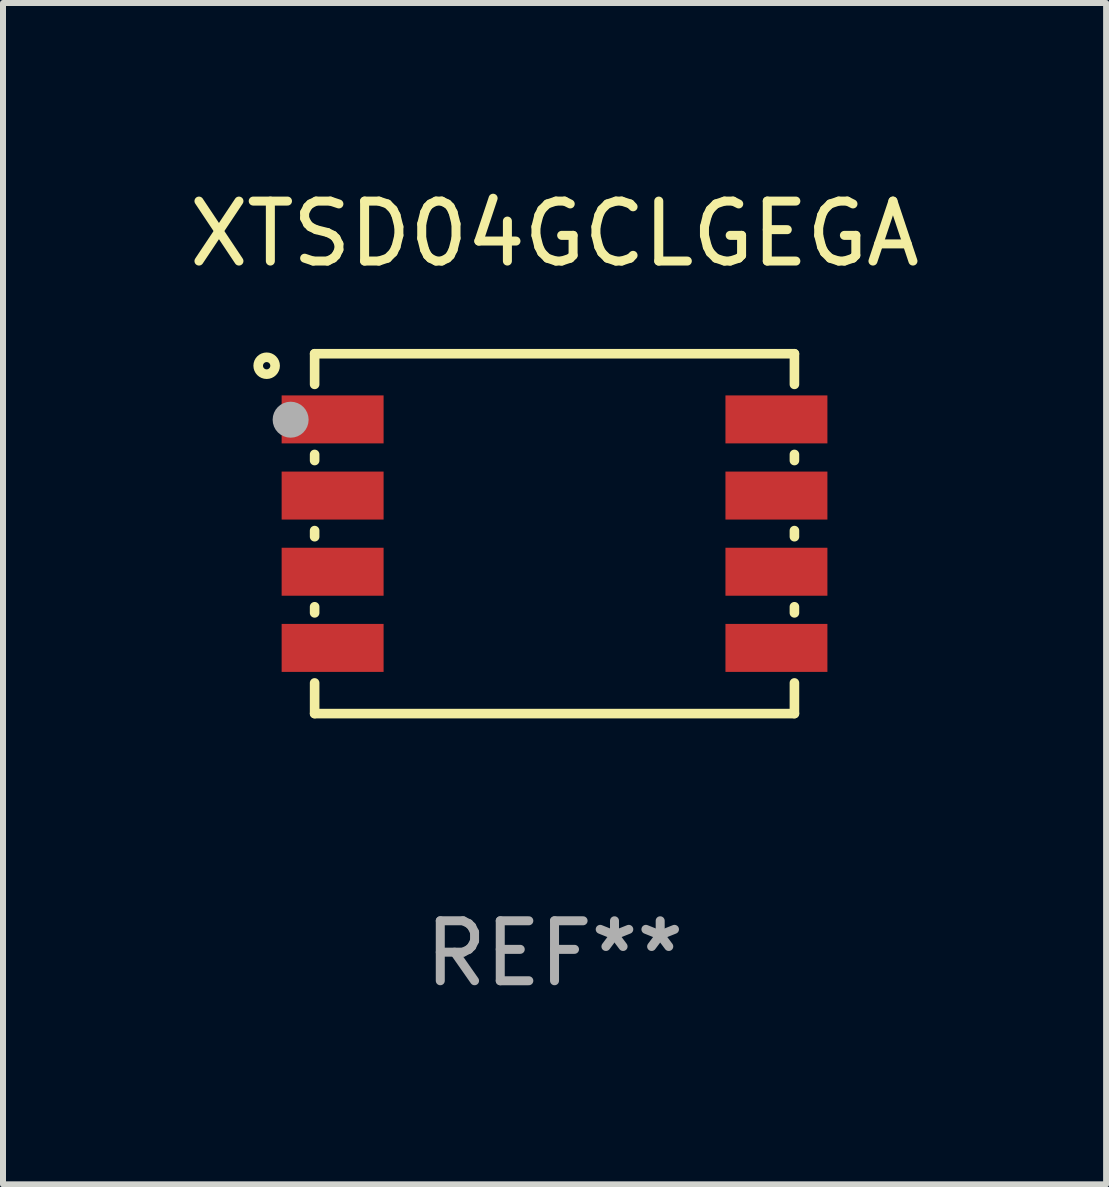
<source format=kicad_pcb>
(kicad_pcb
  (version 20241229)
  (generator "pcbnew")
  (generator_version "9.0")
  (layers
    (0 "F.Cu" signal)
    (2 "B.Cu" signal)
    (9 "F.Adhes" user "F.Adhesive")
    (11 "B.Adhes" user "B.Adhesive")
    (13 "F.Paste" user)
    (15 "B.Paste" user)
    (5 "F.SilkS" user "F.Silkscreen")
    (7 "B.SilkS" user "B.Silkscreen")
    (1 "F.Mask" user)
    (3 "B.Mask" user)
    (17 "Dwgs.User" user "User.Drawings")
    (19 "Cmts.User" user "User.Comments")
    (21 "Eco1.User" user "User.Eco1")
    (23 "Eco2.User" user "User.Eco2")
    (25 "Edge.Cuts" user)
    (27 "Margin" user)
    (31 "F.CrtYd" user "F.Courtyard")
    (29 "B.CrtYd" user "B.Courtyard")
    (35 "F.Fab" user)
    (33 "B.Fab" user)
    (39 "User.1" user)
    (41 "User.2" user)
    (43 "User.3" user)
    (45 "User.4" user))
  (footprint "XTSD04GCLGEGA"
    (layer "F.Cu")
    (at 6.196 5.848)
    (property "Reference" "XTSD04GCLGEGA" (at 0 -5 0) (layer "F.SilkS") (effects (font (size 1 1) (thickness 0.15))))
    (attr through_hole)
    (fp_line (start -4 -3) (end -4 -2.489) (stroke (width 0.16) (type solid)) (layer "F.SilkS"))
    (fp_line (start -4 -3) (end 4 -3) (stroke (width 0.16) (type solid)) (layer "F.SilkS"))
    (fp_line (start -4 -1.321) (end -4 -1.219) (stroke (width 0.16) (type solid)) (layer "F.SilkS"))
    (fp_line (start -4 -0.051) (end -4 0.051) (stroke (width 0.16) (type solid)) (layer "F.SilkS"))
    (fp_line (start -4 1.219) (end -4 1.321) (stroke (width 0.16) (type solid)) (layer "F.SilkS"))
    (fp_line (start -4 2.489) (end -4 3) (stroke (width 0.16) (type solid)) (layer "F.SilkS"))
    (fp_line (start -4 3) (end 4 3) (stroke (width 0.16) (type solid)) (layer "F.SilkS"))
    (fp_line (start 4 -3) (end 4 -2.489) (stroke (width 0.16) (type solid)) (layer "F.SilkS"))
    (fp_line (start 4 -1.321) (end 4 -1.219) (stroke (width 0.16) (type solid)) (layer "F.SilkS"))
    (fp_line (start 4 -0.051) (end 4 0.051) (stroke (width 0.16) (type solid)) (layer "F.SilkS"))
    (fp_line (start 4 1.219) (end 4 1.321) (stroke (width 0.16) (type solid)) (layer "F.SilkS"))
    (fp_line (start 4 2.489) (end 4 3) (stroke (width 0.16) (type solid)) (layer "F.SilkS"))
    (fp_circle (center -4.8 -2.8) (end -4.659 -2.8) (stroke (width 0.16) (type solid)) (fill no) (layer "F.SilkS"))
    (fp_circle (center -4 -3) (end -3.97 -3) (stroke (width 0.06) (type solid)) (fill no) (layer "F.SilkS"))
    (fp_circle (center -4.4 -1.9) (end -4.25 -1.9) (stroke (width 0.3) (type solid)) (fill no) (layer "F.Fab"))
    (fp_text user "REF**" (at 0 7 0) (layer "F.Fab") (effects (font (size 1 1) (thickness 0.15))))
    (pad "1" smd rect (at -3.7 -1.905) (size 1.7 0.8) (layers "F.Cu" "F.Mask" "F.Paste"))
    (pad "2" smd rect (at -3.7 -0.635) (size 1.7 0.8) (layers "F.Cu" "F.Mask" "F.Paste"))
    (pad "3" smd rect (at -3.7 0.635) (size 1.7 0.8) (layers "F.Cu" "F.Mask" "F.Paste"))
    (pad "4" smd rect (at -3.7 1.905) (size 1.7 0.8) (layers "F.Cu" "F.Mask" "F.Paste"))
    (pad "5" smd rect (at 3.7 1.905) (size 1.7 0.8) (layers "F.Cu" "F.Mask" "F.Paste"))
    (pad "6" smd rect (at 3.7 0.635) (size 1.7 0.8) (layers "F.Cu" "F.Mask" "F.Paste"))
    (pad "7" smd rect (at 3.7 -0.635) (size 1.7 0.8) (layers "F.Cu" "F.Mask" "F.Paste"))
    (pad "8" smd rect (at 3.7 -1.905) (size 1.7 0.8) (layers "F.Cu" "F.Mask" "F.Paste")))
  (gr_rect
    (start -3 -3)
    (end 15.393 16.697)
    (stroke (width 0.1) (type default))
    (fill no)
    (layer "Edge.Cuts")))
</source>
